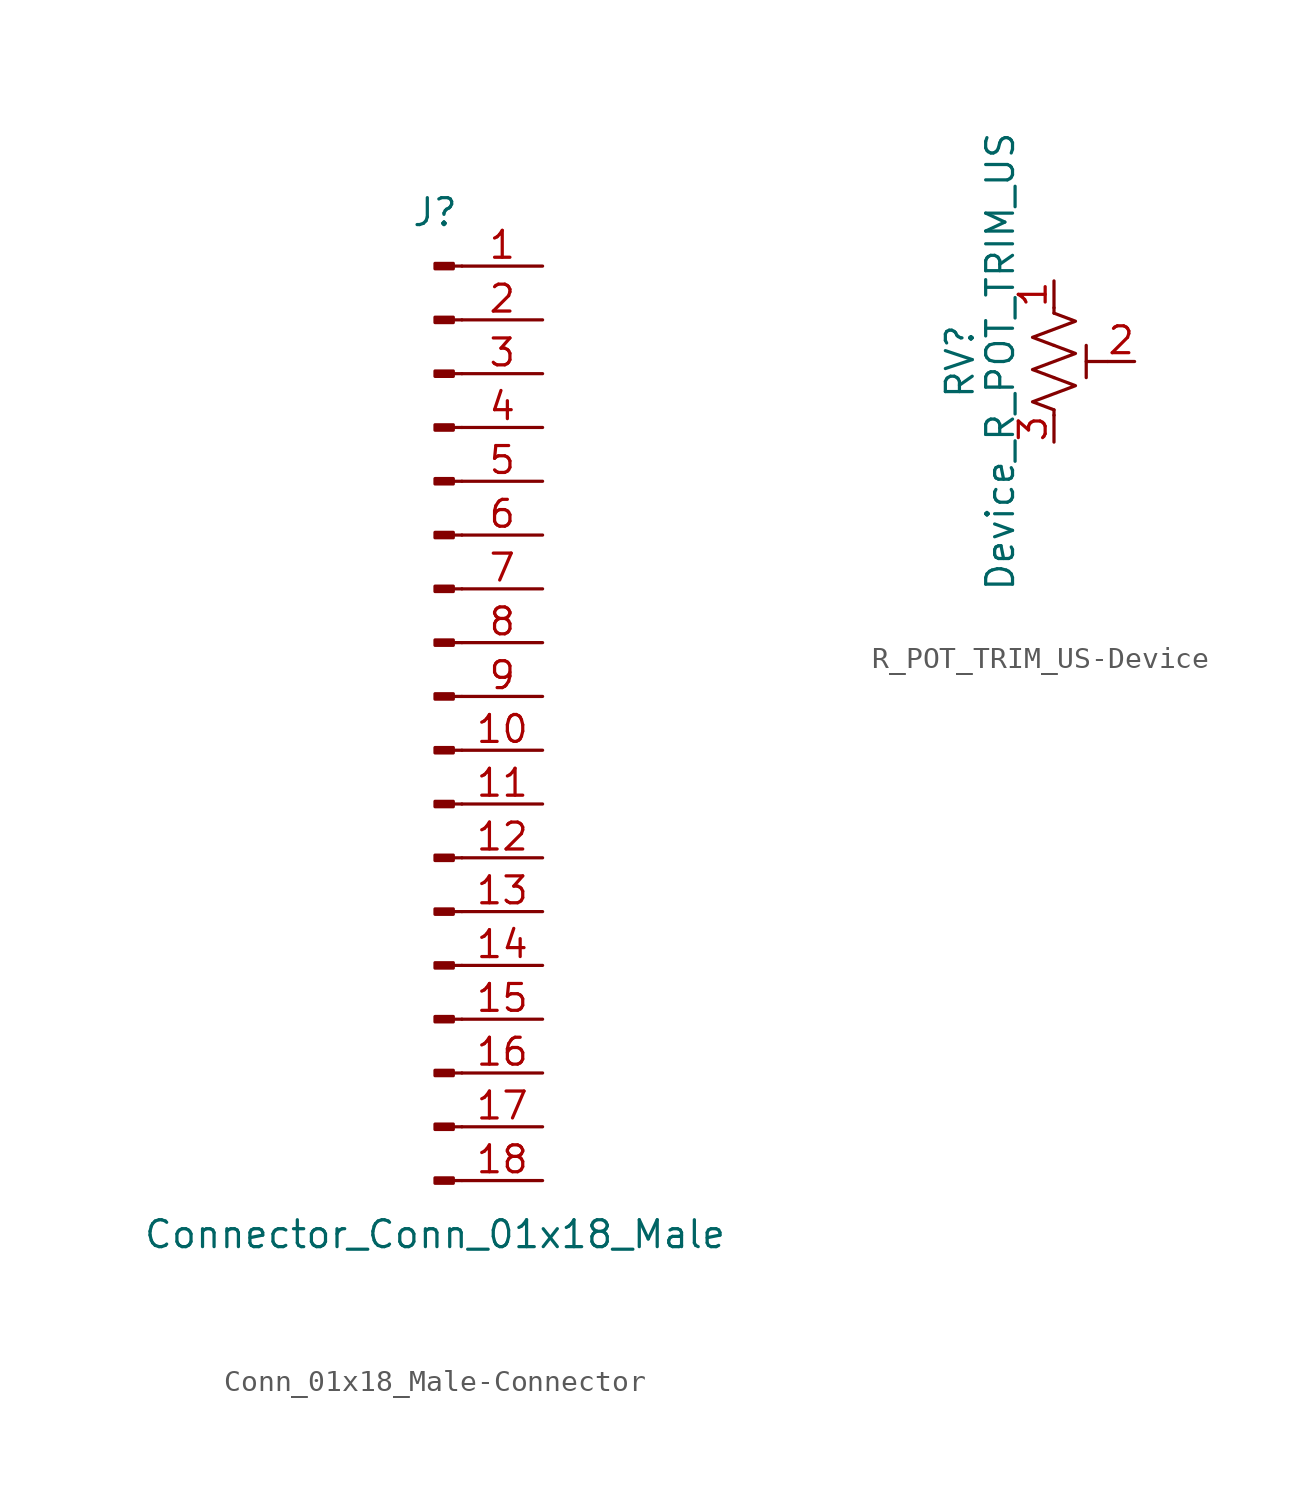
<source format=kicad_sym>
(kicad_symbol_lib
  (version 20220914)
  (generator kicad_symbol_editor)
  (symbol "Conn_01x18_Male-Connector"
    (pin_names
      (offset 1.016) hide)
    (property "Reference" "J"
      (at 0 22.86 0)
      (effects (font (size 1.27 1.27))))
    (property "Value" "Connector_Conn_01x18_Male"
      (at 0 -25.4 0)
      (effects (font (size 1.27 1.27))))
    (symbol "Conn_01x18_Male-Connector_1_1"
      (polyline (pts (xy 1.27 -22.86) (xy 0.864 -22.86)) (stroke (width 0.152) (type solid)) (fill (type none)))
      (polyline (pts (xy 1.27 -20.32) (xy 0.864 -20.32)) (stroke (width 0.152) (type solid)) (fill (type none)))
      (polyline (pts (xy 1.27 -17.78) (xy 0.864 -17.78)) (stroke (width 0.152) (type solid)) (fill (type none)))
      (polyline (pts (xy 1.27 -15.24) (xy 0.864 -15.24)) (stroke (width 0.152) (type solid)) (fill (type none)))
      (polyline (pts (xy 1.27 -12.7) (xy 0.864 -12.7)) (stroke (width 0.152) (type solid)) (fill (type none)))
      (polyline (pts (xy 1.27 -10.16) (xy 0.864 -10.16)) (stroke (width 0.152) (type solid)) (fill (type none)))
      (polyline (pts (xy 1.27 -7.62) (xy 0.864 -7.62)) (stroke (width 0.152) (type solid)) (fill (type none)))
      (polyline (pts (xy 1.27 -5.08) (xy 0.864 -5.08)) (stroke (width 0.152) (type solid)) (fill (type none)))
      (polyline (pts (xy 1.27 -2.54) (xy 0.864 -2.54)) (stroke (width 0.152) (type solid)) (fill (type none)))
      (polyline (pts (xy 1.27 0) (xy 0.864 0)) (stroke (width 0.152) (type solid)) (fill (type none)))
      (polyline (pts (xy 1.27 2.54) (xy 0.864 2.54)) (stroke (width 0.152) (type solid)) (fill (type none)))
      (polyline (pts (xy 1.27 5.08) (xy 0.864 5.08)) (stroke (width 0.152) (type solid)) (fill (type none)))
      (polyline (pts (xy 1.27 7.62) (xy 0.864 7.62)) (stroke (width 0.152) (type solid)) (fill (type none)))
      (polyline (pts (xy 1.27 10.16) (xy 0.864 10.16)) (stroke (width 0.152) (type solid)) (fill (type none)))
      (polyline (pts (xy 1.27 12.7) (xy 0.864 12.7)) (stroke (width 0.152) (type solid)) (fill (type none)))
      (polyline (pts (xy 1.27 15.24) (xy 0.864 15.24)) (stroke (width 0.152) (type solid)) (fill (type none)))
      (polyline (pts (xy 1.27 17.78) (xy 0.864 17.78)) (stroke (width 0.152) (type solid)) (fill (type none)))
      (polyline (pts (xy 1.27 20.32) (xy 0.864 20.32)) (stroke (width 0.152) (type solid)) (fill (type none)))
      (rectangle (start 0.864 -22.733) (end 0 -22.987) (stroke (width 0.152) (type solid)) (fill (type outline)))
      (rectangle (start 0.864 -20.193) (end 0 -20.447) (stroke (width 0.152) (type solid)) (fill (type outline)))
      (rectangle (start 0.864 -17.653) (end 0 -17.907) (stroke (width 0.152) (type solid)) (fill (type outline)))
      (rectangle (start 0.864 -15.113) (end 0 -15.367) (stroke (width 0.152) (type solid)) (fill (type outline)))
      (rectangle (start 0.864 -12.573) (end 0 -12.827) (stroke (width 0.152) (type solid)) (fill (type outline)))
      (rectangle (start 0.864 -10.033) (end 0 -10.287) (stroke (width 0.152) (type solid)) (fill (type outline)))
      (rectangle (start 0.864 -7.493) (end 0 -7.747) (stroke (width 0.152) (type solid)) (fill (type outline)))
      (rectangle (start 0.864 -4.953) (end 0 -5.207) (stroke (width 0.152) (type solid)) (fill (type outline)))
      (rectangle (start 0.864 -2.413) (end 0 -2.667) (stroke (width 0.152) (type solid)) (fill (type outline)))
      (rectangle (start 0.864 0.127) (end 0 -0.127) (stroke (width 0.152) (type solid)) (fill (type outline)))
      (rectangle (start 0.864 2.667) (end 0 2.413) (stroke (width 0.152) (type solid)) (fill (type outline)))
      (rectangle (start 0.864 5.207) (end 0 4.953) (stroke (width 0.152) (type solid)) (fill (type outline)))
      (rectangle (start 0.864 7.747) (end 0 7.493) (stroke (width 0.152) (type solid)) (fill (type outline)))
      (rectangle (start 0.864 10.287) (end 0 10.033) (stroke (width 0.152) (type solid)) (fill (type outline)))
      (rectangle (start 0.864 12.827) (end 0 12.573) (stroke (width 0.152) (type solid)) (fill (type outline)))
      (rectangle (start 0.864 15.367) (end 0 15.113) (stroke (width 0.152) (type solid)) (fill (type outline)))
      (rectangle (start 0.864 17.907) (end 0 17.653) (stroke (width 0.152) (type solid)) (fill (type outline)))
      (rectangle (start 0.864 20.447) (end 0 20.193) (stroke (width 0.152) (type solid)) (fill (type outline)))
      (pin passive line (at 5.08 20.32 180) (length 3.81) (name "Pin_1" (effects (font (size 1.27 1.27)))) (number "1" (effects (font (size 1.27 1.27)))))
      (pin passive line (at 5.08 -2.54 180) (length 3.81) (name "Pin_10" (effects (font (size 1.27 1.27)))) (number "10" (effects (font (size 1.27 1.27)))))
      (pin passive line (at 5.08 -5.08 180) (length 3.81) (name "Pin_11" (effects (font (size 1.27 1.27)))) (number "11" (effects (font (size 1.27 1.27)))))
      (pin passive line (at 5.08 -7.62 180) (length 3.81) (name "Pin_12" (effects (font (size 1.27 1.27)))) (number "12" (effects (font (size 1.27 1.27)))))
      (pin passive line (at 5.08 -10.16 180) (length 3.81) (name "Pin_13" (effects (font (size 1.27 1.27)))) (number "13" (effects (font (size 1.27 1.27)))))
      (pin passive line (at 5.08 -12.7 180) (length 3.81) (name "Pin_14" (effects (font (size 1.27 1.27)))) (number "14" (effects (font (size 1.27 1.27)))))
      (pin passive line (at 5.08 -15.24 180) (length 3.81) (name "Pin_15" (effects (font (size 1.27 1.27)))) (number "15" (effects (font (size 1.27 1.27)))))
      (pin passive line (at 5.08 -17.78 180) (length 3.81) (name "Pin_16" (effects (font (size 1.27 1.27)))) (number "16" (effects (font (size 1.27 1.27)))))
      (pin passive line (at 5.08 -20.32 180) (length 3.81) (name "Pin_17" (effects (font (size 1.27 1.27)))) (number "17" (effects (font (size 1.27 1.27)))))
      (pin passive line (at 5.08 -22.86 180) (length 3.81) (name "Pin_18" (effects (font (size 1.27 1.27)))) (number "18" (effects (font (size 1.27 1.27)))))
      (pin passive line (at 5.08 17.78 180) (length 3.81) (name "Pin_2" (effects (font (size 1.27 1.27)))) (number "2" (effects (font (size 1.27 1.27)))))
      (pin passive line (at 5.08 15.24 180) (length 3.81) (name "Pin_3" (effects (font (size 1.27 1.27)))) (number "3" (effects (font (size 1.27 1.27)))))
      (pin passive line (at 5.08 12.7 180) (length 3.81) (name "Pin_4" (effects (font (size 1.27 1.27)))) (number "4" (effects (font (size 1.27 1.27)))))
      (pin passive line (at 5.08 10.16 180) (length 3.81) (name "Pin_5" (effects (font (size 1.27 1.27)))) (number "5" (effects (font (size 1.27 1.27)))))
      (pin passive line (at 5.08 7.62 180) (length 3.81) (name "Pin_6" (effects (font (size 1.27 1.27)))) (number "6" (effects (font (size 1.27 1.27)))))
      (pin passive line (at 5.08 5.08 180) (length 3.81) (name "Pin_7" (effects (font (size 1.27 1.27)))) (number "7" (effects (font (size 1.27 1.27)))))
      (pin passive line (at 5.08 2.54 180) (length 3.81) (name "Pin_8" (effects (font (size 1.27 1.27)))) (number "8" (effects (font (size 1.27 1.27)))))
      (pin passive line (at 5.08 0 180) (length 3.81) (name "Pin_9" (effects (font (size 1.27 1.27)))) (number "9" (effects (font (size 1.27 1.27)))))))
  (symbol "R_POT_TRIM_US-Device"
    (pin_names
      (offset 1.016) hide)
    (property "Reference" "RV"
      (at -4.445 0 90)
      (effects (font (size 1.27 1.27))))
    (property "Value" "Device_R_POT_TRIM_US"
      (at -2.54 0 90)
      (effects (font (size 1.27 1.27))))
    (symbol "R_POT_TRIM_US-Device_0_1"
      (polyline (pts (xy 0 -2.286) (xy 0 -2.54)) (stroke (width 0) (type solid)) (fill (type none)))
      (polyline (pts (xy 0 2.286) (xy 0 2.54)) (stroke (width 0) (type solid)) (fill (type none)))
      (polyline (pts (xy 1.524 0.762) (xy 1.524 -0.762)) (stroke (width 0) (type solid)) (fill (type none)))
      (polyline (pts (xy 2.54 0) (xy 1.524 0)) (stroke (width 0) (type solid)) (fill (type none)))
      (polyline (pts (xy 0 -0.762) (xy 1.016 -1.143) (xy 0 -1.524) (xy -1.016 -1.905) (xy 0 -2.286)) (stroke (width 0) (type solid)) (fill (type none)))
      (polyline (pts (xy 0 0.762) (xy 1.016 0.381) (xy 0 0) (xy -1.016 -0.381) (xy 0 -0.762)) (stroke (width 0) (type solid)) (fill (type none)))
      (polyline (pts (xy 0 2.286) (xy 1.016 1.905) (xy 0 1.524) (xy -1.016 1.143) (xy 0 0.762)) (stroke (width 0) (type solid)) (fill (type none))))
    (symbol "R_POT_TRIM_US-Device_1_1"
      (pin passive line (at 0 3.81 270) (length 1.27) (name "1" (effects (font (size 1.27 1.27)))) (number "1" (effects (font (size 1.27 1.27)))))
      (pin passive line (at 3.81 0 180) (length 1.27) (name "2" (effects (font (size 1.27 1.27)))) (number "2" (effects (font (size 1.27 1.27)))))
      (pin passive line (at 0 -3.81 90) (length 1.27) (name "3" (effects (font (size 1.27 1.27)))) (number "3" (effects (font (size 1.27 1.27))))))))
</source>
